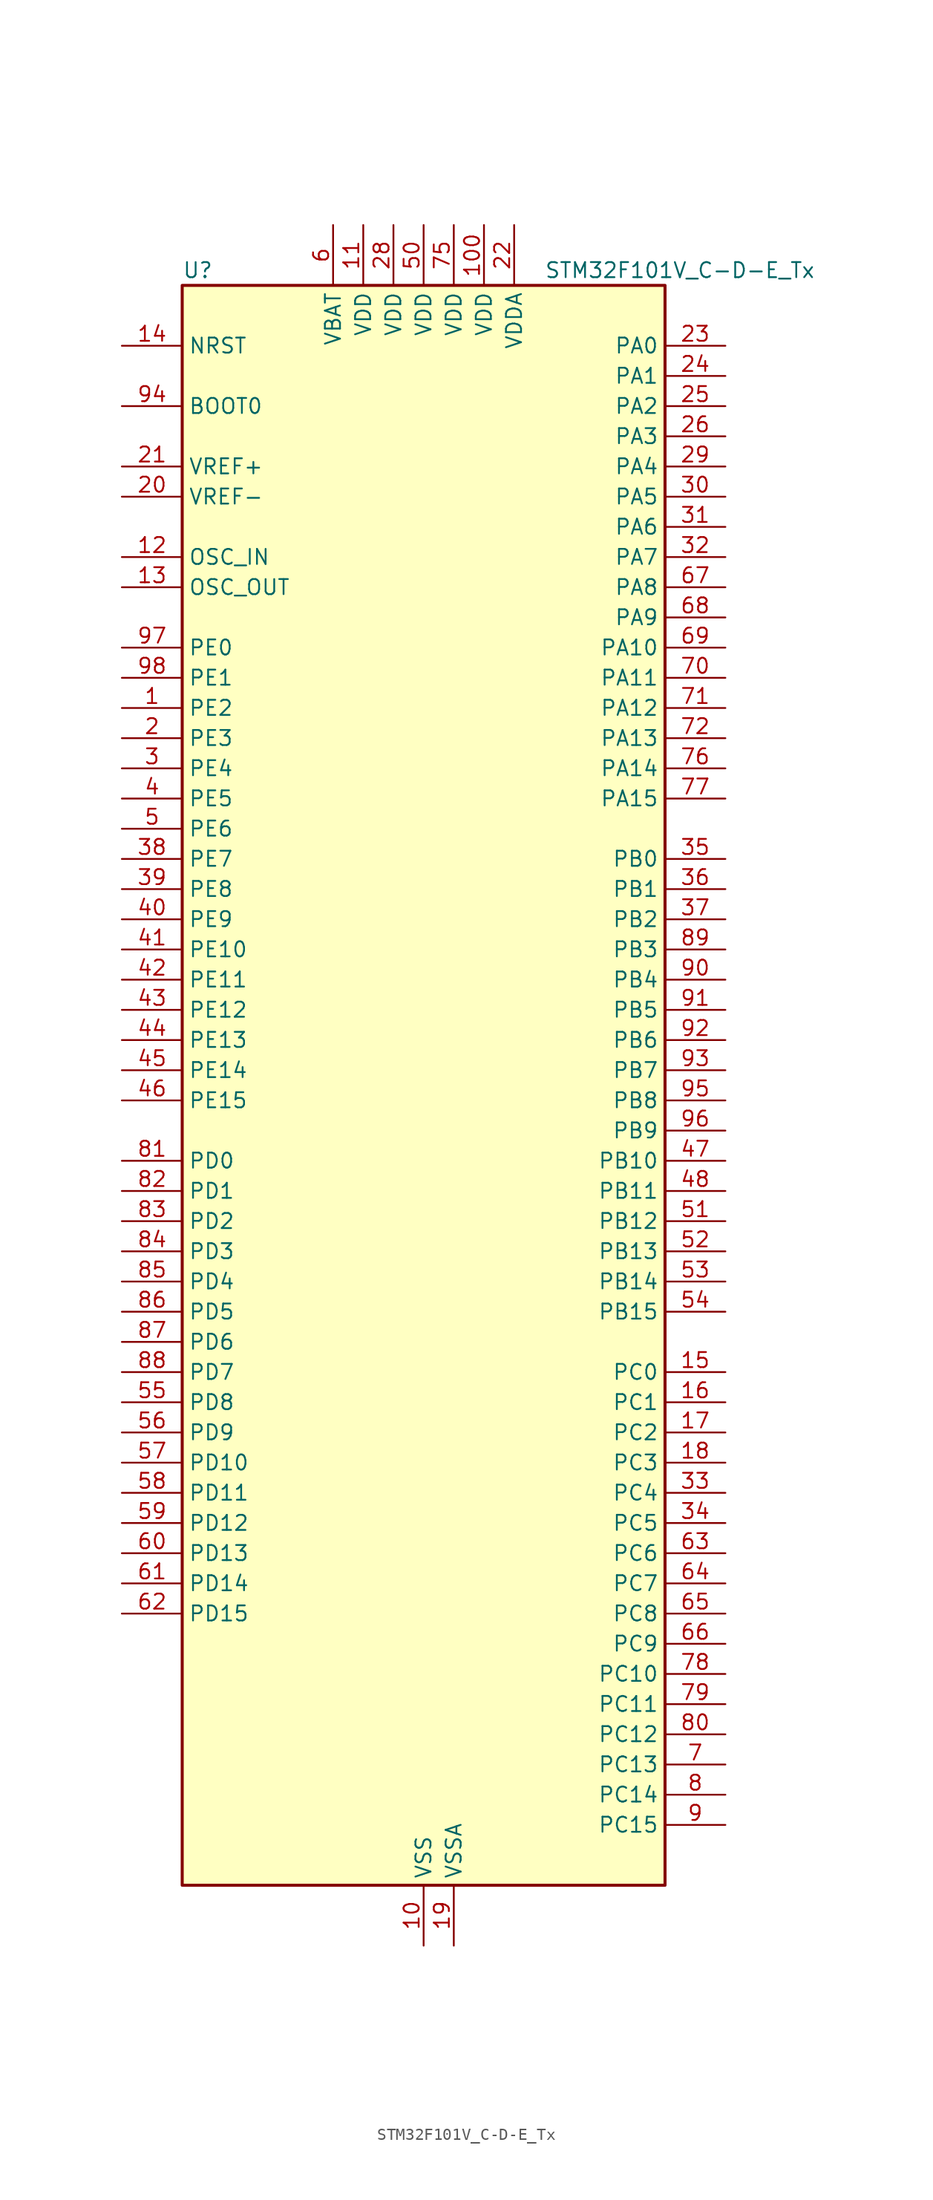
<source format=kicad_sym>
(kicad_symbol_lib
  (version 20241209)
  (generator "kicad_symbol_editor")
  (generator_version "9.0")
  (symbol "STM32F101V_C-D-E_Tx"
    (property "Reference" "U"
      (at -20.32 69.85 0)
      (effects (font (size 1.27 1.27)) (justify left)))
    (property "Value" "STM32F101V_C-D-E_Tx"
      (at 10.16 69.85 0)
      (effects (font (size 1.27 1.27)) (justify left)))
    (symbol "STM32F101V_C-D-E_Tx_0_1"
      (rectangle (start -20.32 -66.04) (end 20.32 68.58) (stroke (width 0.254) (type default)) (fill (type background))))
    (symbol "STM32F101V_C-D-E_Tx_1_1"
      (pin input line (at -25.4 63.5 0) (length 5.08) (name "NRST" (effects (font (size 1.27 1.27)))) (number "14" (effects (font (size 1.27 1.27)))))
      (pin input line (at -25.4 58.42 0) (length 5.08) (name "BOOT0" (effects (font (size 1.27 1.27)))) (number "94" (effects (font (size 1.27 1.27)))))
      (pin input line (at -25.4 53.34 0) (length 5.08) (name "VREF+" (effects (font (size 1.27 1.27)))) (number "21" (effects (font (size 1.27 1.27)))))
      (pin input line (at -25.4 50.8 0) (length 5.08) (name "VREF-" (effects (font (size 1.27 1.27)))) (number "20" (effects (font (size 1.27 1.27)))))
      (pin input line (at -25.4 45.72 0) (length 5.08) (name "OSC_IN" (effects (font (size 1.27 1.27)))) (number "12" (effects (font (size 1.27 1.27)))) (alternate "RCC_OSC_IN" bidirectional line))
      (pin input line (at -25.4 43.18 0) (length 5.08) (name "OSC_OUT" (effects (font (size 1.27 1.27)))) (number "13" (effects (font (size 1.27 1.27)))) (alternate "RCC_OSC_OUT" bidirectional line))
      (pin bidirectional line (at -25.4 38.1 0) (length 5.08) (name "PE0" (effects (font (size 1.27 1.27)))) (number "97" (effects (font (size 1.27 1.27)))) (alternate "FSMC_NBL0" bidirectional line) (alternate "TIM4_ETR" bidirectional line))
      (pin bidirectional line (at -25.4 35.56 0) (length 5.08) (name "PE1" (effects (font (size 1.27 1.27)))) (number "98" (effects (font (size 1.27 1.27)))) (alternate "FSMC_NBL1" bidirectional line))
      (pin bidirectional line (at -25.4 33.02 0) (length 5.08) (name "PE2" (effects (font (size 1.27 1.27)))) (number "1" (effects (font (size 1.27 1.27)))) (alternate "FSMC_A23" bidirectional line) (alternate "SYS_TRACECLK" bidirectional line))
      (pin bidirectional line (at -25.4 30.48 0) (length 5.08) (name "PE3" (effects (font (size 1.27 1.27)))) (number "2" (effects (font (size 1.27 1.27)))) (alternate "FSMC_A19" bidirectional line) (alternate "SYS_TRACED0" bidirectional line))
      (pin bidirectional line (at -25.4 27.94 0) (length 5.08) (name "PE4" (effects (font (size 1.27 1.27)))) (number "3" (effects (font (size 1.27 1.27)))) (alternate "FSMC_A20" bidirectional line) (alternate "SYS_TRACED1" bidirectional line))
      (pin bidirectional line (at -25.4 25.4 0) (length 5.08) (name "PE5" (effects (font (size 1.27 1.27)))) (number "4" (effects (font (size 1.27 1.27)))) (alternate "FSMC_A21" bidirectional line) (alternate "SYS_TRACED2" bidirectional line))
      (pin bidirectional line (at -25.4 22.86 0) (length 5.08) (name "PE6" (effects (font (size 1.27 1.27)))) (number "5" (effects (font (size 1.27 1.27)))) (alternate "FSMC_A22" bidirectional line) (alternate "SYS_TRACED3" bidirectional line))
      (pin bidirectional line (at -25.4 20.32 0) (length 5.08) (name "PE7" (effects (font (size 1.27 1.27)))) (number "38" (effects (font (size 1.27 1.27)))) (alternate "FSMC_D4" bidirectional line) (alternate "FSMC_DA4" bidirectional line))
      (pin bidirectional line (at -25.4 17.78 0) (length 5.08) (name "PE8" (effects (font (size 1.27 1.27)))) (number "39" (effects (font (size 1.27 1.27)))) (alternate "FSMC_D5" bidirectional line) (alternate "FSMC_DA5" bidirectional line))
      (pin bidirectional line (at -25.4 15.24 0) (length 5.08) (name "PE9" (effects (font (size 1.27 1.27)))) (number "40" (effects (font (size 1.27 1.27)))) (alternate "DAC_EXTI9" bidirectional line) (alternate "FSMC_D6" bidirectional line) (alternate "FSMC_DA6" bidirectional line))
      (pin bidirectional line (at -25.4 12.7 0) (length 5.08) (name "PE10" (effects (font (size 1.27 1.27)))) (number "41" (effects (font (size 1.27 1.27)))) (alternate "FSMC_D7" bidirectional line) (alternate "FSMC_DA7" bidirectional line))
      (pin bidirectional line (at -25.4 10.16 0) (length 5.08) (name "PE11" (effects (font (size 1.27 1.27)))) (number "42" (effects (font (size 1.27 1.27)))) (alternate "ADC1_EXTI11" bidirectional line) (alternate "FSMC_D8" bidirectional line) (alternate "FSMC_DA8" bidirectional line))
      (pin bidirectional line (at -25.4 7.62 0) (length 5.08) (name "PE12" (effects (font (size 1.27 1.27)))) (number "43" (effects (font (size 1.27 1.27)))) (alternate "FSMC_D9" bidirectional line) (alternate "FSMC_DA9" bidirectional line))
      (pin bidirectional line (at -25.4 5.08 0) (length 5.08) (name "PE13" (effects (font (size 1.27 1.27)))) (number "44" (effects (font (size 1.27 1.27)))) (alternate "FSMC_D10" bidirectional line) (alternate "FSMC_DA10" bidirectional line))
      (pin bidirectional line (at -25.4 2.54 0) (length 5.08) (name "PE14" (effects (font (size 1.27 1.27)))) (number "45" (effects (font (size 1.27 1.27)))) (alternate "FSMC_D11" bidirectional line) (alternate "FSMC_DA11" bidirectional line))
      (pin bidirectional line (at -25.4 0 0) (length 5.08) (name "PE15" (effects (font (size 1.27 1.27)))) (number "46" (effects (font (size 1.27 1.27)))) (alternate "ADC1_EXTI15" bidirectional line) (alternate "FSMC_D12" bidirectional line) (alternate "FSMC_DA12" bidirectional line))
      (pin bidirectional line (at -25.4 -5.08 0) (length 5.08) (name "PD0" (effects (font (size 1.27 1.27)))) (number "81" (effects (font (size 1.27 1.27)))) (alternate "FSMC_D2" bidirectional line) (alternate "FSMC_DA2" bidirectional line))
      (pin bidirectional line (at -25.4 -7.62 0) (length 5.08) (name "PD1" (effects (font (size 1.27 1.27)))) (number "82" (effects (font (size 1.27 1.27)))) (alternate "FSMC_D3" bidirectional line) (alternate "FSMC_DA3" bidirectional line))
      (pin bidirectional line (at -25.4 -10.16 0) (length 5.08) (name "PD2" (effects (font (size 1.27 1.27)))) (number "83" (effects (font (size 1.27 1.27)))) (alternate "TIM3_ETR" bidirectional line) (alternate "UART5_RX" bidirectional line))
      (pin bidirectional line (at -25.4 -12.7 0) (length 5.08) (name "PD3" (effects (font (size 1.27 1.27)))) (number "84" (effects (font (size 1.27 1.27)))) (alternate "FSMC_CLK" bidirectional line) (alternate "USART2_CTS" bidirectional line))
      (pin bidirectional line (at -25.4 -15.24 0) (length 5.08) (name "PD4" (effects (font (size 1.27 1.27)))) (number "85" (effects (font (size 1.27 1.27)))) (alternate "FSMC_NOE" bidirectional line) (alternate "USART2_RTS" bidirectional line))
      (pin bidirectional line (at -25.4 -17.78 0) (length 5.08) (name "PD5" (effects (font (size 1.27 1.27)))) (number "86" (effects (font (size 1.27 1.27)))) (alternate "FSMC_NWE" bidirectional line) (alternate "USART2_TX" bidirectional line))
      (pin bidirectional line (at -25.4 -20.32 0) (length 5.08) (name "PD6" (effects (font (size 1.27 1.27)))) (number "87" (effects (font (size 1.27 1.27)))) (alternate "FSMC_NWAIT" bidirectional line) (alternate "USART2_RX" bidirectional line))
      (pin bidirectional line (at -25.4 -22.86 0) (length 5.08) (name "PD7" (effects (font (size 1.27 1.27)))) (number "88" (effects (font (size 1.27 1.27)))) (alternate "FSMC_NCE2" bidirectional line) (alternate "FSMC_NE1" bidirectional line) (alternate "USART2_CK" bidirectional line))
      (pin bidirectional line (at -25.4 -25.4 0) (length 5.08) (name "PD8" (effects (font (size 1.27 1.27)))) (number "55" (effects (font (size 1.27 1.27)))) (alternate "FSMC_D13" bidirectional line) (alternate "FSMC_DA13" bidirectional line) (alternate "USART3_TX" bidirectional line))
      (pin bidirectional line (at -25.4 -27.94 0) (length 5.08) (name "PD9" (effects (font (size 1.27 1.27)))) (number "56" (effects (font (size 1.27 1.27)))) (alternate "DAC_EXTI9" bidirectional line) (alternate "FSMC_D14" bidirectional line) (alternate "FSMC_DA14" bidirectional line) (alternate "USART3_RX" bidirectional line))
      (pin bidirectional line (at -25.4 -30.48 0) (length 5.08) (name "PD10" (effects (font (size 1.27 1.27)))) (number "57" (effects (font (size 1.27 1.27)))) (alternate "FSMC_D15" bidirectional line) (alternate "FSMC_DA15" bidirectional line) (alternate "USART3_CK" bidirectional line))
      (pin bidirectional line (at -25.4 -33.02 0) (length 5.08) (name "PD11" (effects (font (size 1.27 1.27)))) (number "58" (effects (font (size 1.27 1.27)))) (alternate "ADC1_EXTI11" bidirectional line) (alternate "FSMC_A16" bidirectional line) (alternate "FSMC_CLE" bidirectional line) (alternate "USART3_CTS" bidirectional line))
      (pin bidirectional line (at -25.4 -35.56 0) (length 5.08) (name "PD12" (effects (font (size 1.27 1.27)))) (number "59" (effects (font (size 1.27 1.27)))) (alternate "FSMC_A17" bidirectional line) (alternate "FSMC_ALE" bidirectional line) (alternate "TIM4_CH1" bidirectional line) (alternate "USART3_RTS" bidirectional line))
      (pin bidirectional line (at -25.4 -38.1 0) (length 5.08) (name "PD13" (effects (font (size 1.27 1.27)))) (number "60" (effects (font (size 1.27 1.27)))) (alternate "FSMC_A18" bidirectional line) (alternate "TIM4_CH2" bidirectional line))
      (pin bidirectional line (at -25.4 -40.64 0) (length 5.08) (name "PD14" (effects (font (size 1.27 1.27)))) (number "61" (effects (font (size 1.27 1.27)))) (alternate "FSMC_D0" bidirectional line) (alternate "FSMC_DA0" bidirectional line) (alternate "TIM4_CH3" bidirectional line))
      (pin bidirectional line (at -25.4 -43.18 0) (length 5.08) (name "PD15" (effects (font (size 1.27 1.27)))) (number "62" (effects (font (size 1.27 1.27)))) (alternate "ADC1_EXTI15" bidirectional line) (alternate "FSMC_D1" bidirectional line) (alternate "FSMC_DA1" bidirectional line) (alternate "TIM4_CH4" bidirectional line))
      (pin no_connect line (at -20.32 -66.04 0) (length 5.08) (hide yes) (name "NC" (effects (font (size 1.27 1.27)))) (number "73" (effects (font (size 1.27 1.27)))))
      (pin power_in line (at -7.62 73.66 270) (length 5.08) (name "VBAT" (effects (font (size 1.27 1.27)))) (number "6" (effects (font (size 1.27 1.27)))))
      (pin power_in line (at -5.08 73.66 270) (length 5.08) (name "VDD" (effects (font (size 1.27 1.27)))) (number "11" (effects (font (size 1.27 1.27)))))
      (pin power_in line (at -2.54 73.66 270) (length 5.08) (name "VDD" (effects (font (size 1.27 1.27)))) (number "28" (effects (font (size 1.27 1.27)))))
      (pin power_in line (at 0 73.66 270) (length 5.08) (name "VDD" (effects (font (size 1.27 1.27)))) (number "50" (effects (font (size 1.27 1.27)))))
      (pin power_in line (at 0 -71.12 90) (length 5.08) (name "VSS" (effects (font (size 1.27 1.27)))) (number "10" (effects (font (size 1.27 1.27)))))
      (pin passive line (at 0 -71.12 90) (length 5.08) (hide yes) (name "VSS" (effects (font (size 1.27 1.27)))) (number "27" (effects (font (size 1.27 1.27)))))
      (pin passive line (at 0 -71.12 90) (length 5.08) (hide yes) (name "VSS" (effects (font (size 1.27 1.27)))) (number "49" (effects (font (size 1.27 1.27)))))
      (pin passive line (at 0 -71.12 90) (length 5.08) (hide yes) (name "VSS" (effects (font (size 1.27 1.27)))) (number "74" (effects (font (size 1.27 1.27)))))
      (pin passive line (at 0 -71.12 90) (length 5.08) (hide yes) (name "VSS" (effects (font (size 1.27 1.27)))) (number "99" (effects (font (size 1.27 1.27)))))
      (pin power_in line (at 2.54 73.66 270) (length 5.08) (name "VDD" (effects (font (size 1.27 1.27)))) (number "75" (effects (font (size 1.27 1.27)))))
      (pin power_in line (at 2.54 -71.12 90) (length 5.08) (name "VSSA" (effects (font (size 1.27 1.27)))) (number "19" (effects (font (size 1.27 1.27)))))
      (pin power_in line (at 5.08 73.66 270) (length 5.08) (name "VDD" (effects (font (size 1.27 1.27)))) (number "100" (effects (font (size 1.27 1.27)))))
      (pin power_in line (at 7.62 73.66 270) (length 5.08) (name "VDDA" (effects (font (size 1.27 1.27)))) (number "22" (effects (font (size 1.27 1.27)))))
      (pin bidirectional line (at 25.4 63.5 180) (length 5.08) (name "PA0" (effects (font (size 1.27 1.27)))) (number "23" (effects (font (size 1.27 1.27)))) (alternate "ADC1_IN0" bidirectional line) (alternate "SYS_WKUP" bidirectional line) (alternate "TIM2_CH1" bidirectional line) (alternate "TIM2_ETR" bidirectional line) (alternate "TIM5_CH1" bidirectional line) (alternate "USART2_CTS" bidirectional line))
      (pin bidirectional line (at 25.4 60.96 180) (length 5.08) (name "PA1" (effects (font (size 1.27 1.27)))) (number "24" (effects (font (size 1.27 1.27)))) (alternate "ADC1_IN1" bidirectional line) (alternate "TIM2_CH2" bidirectional line) (alternate "TIM5_CH2" bidirectional line) (alternate "USART2_RTS" bidirectional line))
      (pin bidirectional line (at 25.4 58.42 180) (length 5.08) (name "PA2" (effects (font (size 1.27 1.27)))) (number "25" (effects (font (size 1.27 1.27)))) (alternate "ADC1_IN2" bidirectional line) (alternate "TIM2_CH3" bidirectional line) (alternate "TIM5_CH3" bidirectional line) (alternate "USART2_TX" bidirectional line))
      (pin bidirectional line (at 25.4 55.88 180) (length 5.08) (name "PA3" (effects (font (size 1.27 1.27)))) (number "26" (effects (font (size 1.27 1.27)))) (alternate "ADC1_IN3" bidirectional line) (alternate "TIM2_CH4" bidirectional line) (alternate "TIM5_CH4" bidirectional line) (alternate "USART2_RX" bidirectional line))
      (pin bidirectional line (at 25.4 53.34 180) (length 5.08) (name "PA4" (effects (font (size 1.27 1.27)))) (number "29" (effects (font (size 1.27 1.27)))) (alternate "ADC1_IN4" bidirectional line) (alternate "DAC_OUT1" bidirectional line) (alternate "SPI1_NSS" bidirectional line) (alternate "USART2_CK" bidirectional line))
      (pin bidirectional line (at 25.4 50.8 180) (length 5.08) (name "PA5" (effects (font (size 1.27 1.27)))) (number "30" (effects (font (size 1.27 1.27)))) (alternate "ADC1_IN5" bidirectional line) (alternate "DAC_OUT2" bidirectional line) (alternate "SPI1_SCK" bidirectional line))
      (pin bidirectional line (at 25.4 48.26 180) (length 5.08) (name "PA6" (effects (font (size 1.27 1.27)))) (number "31" (effects (font (size 1.27 1.27)))) (alternate "ADC1_IN6" bidirectional line) (alternate "SPI1_MISO" bidirectional line) (alternate "TIM3_CH1" bidirectional line))
      (pin bidirectional line (at 25.4 45.72 180) (length 5.08) (name "PA7" (effects (font (size 1.27 1.27)))) (number "32" (effects (font (size 1.27 1.27)))) (alternate "ADC1_IN7" bidirectional line) (alternate "SPI1_MOSI" bidirectional line) (alternate "TIM3_CH2" bidirectional line))
      (pin bidirectional line (at 25.4 43.18 180) (length 5.08) (name "PA8" (effects (font (size 1.27 1.27)))) (number "67" (effects (font (size 1.27 1.27)))) (alternate "RCC_MCO" bidirectional line) (alternate "USART1_CK" bidirectional line))
      (pin bidirectional line (at 25.4 40.64 180) (length 5.08) (name "PA9" (effects (font (size 1.27 1.27)))) (number "68" (effects (font (size 1.27 1.27)))) (alternate "DAC_EXTI9" bidirectional line) (alternate "USART1_TX" bidirectional line))
      (pin bidirectional line (at 25.4 38.1 180) (length 5.08) (name "PA10" (effects (font (size 1.27 1.27)))) (number "69" (effects (font (size 1.27 1.27)))) (alternate "USART1_RX" bidirectional line))
      (pin bidirectional line (at 25.4 35.56 180) (length 5.08) (name "PA11" (effects (font (size 1.27 1.27)))) (number "70" (effects (font (size 1.27 1.27)))) (alternate "ADC1_EXTI11" bidirectional line) (alternate "USART1_CTS" bidirectional line))
      (pin bidirectional line (at 25.4 33.02 180) (length 5.08) (name "PA12" (effects (font (size 1.27 1.27)))) (number "71" (effects (font (size 1.27 1.27)))) (alternate "USART1_RTS" bidirectional line))
      (pin bidirectional line (at 25.4 30.48 180) (length 5.08) (name "PA13" (effects (font (size 1.27 1.27)))) (number "72" (effects (font (size 1.27 1.27)))) (alternate "SYS_JTMS-SWDIO" bidirectional line))
      (pin bidirectional line (at 25.4 27.94 180) (length 5.08) (name "PA14" (effects (font (size 1.27 1.27)))) (number "76" (effects (font (size 1.27 1.27)))) (alternate "SYS_JTCK-SWCLK" bidirectional line))
      (pin bidirectional line (at 25.4 25.4 180) (length 5.08) (name "PA15" (effects (font (size 1.27 1.27)))) (number "77" (effects (font (size 1.27 1.27)))) (alternate "ADC1_EXTI15" bidirectional line) (alternate "SPI1_NSS" bidirectional line) (alternate "SPI3_NSS" bidirectional line) (alternate "SYS_JTDI" bidirectional line) (alternate "TIM2_CH1" bidirectional line) (alternate "TIM2_ETR" bidirectional line))
      (pin bidirectional line (at 25.4 20.32 180) (length 5.08) (name "PB0" (effects (font (size 1.27 1.27)))) (number "35" (effects (font (size 1.27 1.27)))) (alternate "ADC1_IN8" bidirectional line) (alternate "TIM3_CH3" bidirectional line))
      (pin bidirectional line (at 25.4 17.78 180) (length 5.08) (name "PB1" (effects (font (size 1.27 1.27)))) (number "36" (effects (font (size 1.27 1.27)))) (alternate "ADC1_IN9" bidirectional line) (alternate "TIM3_CH4" bidirectional line))
      (pin bidirectional line (at 25.4 15.24 180) (length 5.08) (name "PB2" (effects (font (size 1.27 1.27)))) (number "37" (effects (font (size 1.27 1.27)))))
      (pin bidirectional line (at 25.4 12.7 180) (length 5.08) (name "PB3" (effects (font (size 1.27 1.27)))) (number "89" (effects (font (size 1.27 1.27)))) (alternate "SPI1_SCK" bidirectional line) (alternate "SPI3_SCK" bidirectional line) (alternate "SYS_JTDO-TRACESWO" bidirectional line) (alternate "TIM2_CH2" bidirectional line))
      (pin bidirectional line (at 25.4 10.16 180) (length 5.08) (name "PB4" (effects (font (size 1.27 1.27)))) (number "90" (effects (font (size 1.27 1.27)))) (alternate "SPI1_MISO" bidirectional line) (alternate "SPI3_MISO" bidirectional line) (alternate "SYS_NJTRST" bidirectional line) (alternate "TIM3_CH1" bidirectional line))
      (pin bidirectional line (at 25.4 7.62 180) (length 5.08) (name "PB5" (effects (font (size 1.27 1.27)))) (number "91" (effects (font (size 1.27 1.27)))) (alternate "I2C1_SMBA" bidirectional line) (alternate "SPI1_MOSI" bidirectional line) (alternate "SPI3_MOSI" bidirectional line) (alternate "TIM3_CH2" bidirectional line))
      (pin bidirectional line (at 25.4 5.08 180) (length 5.08) (name "PB6" (effects (font (size 1.27 1.27)))) (number "92" (effects (font (size 1.27 1.27)))) (alternate "I2C1_SCL" bidirectional line) (alternate "TIM4_CH1" bidirectional line) (alternate "USART1_TX" bidirectional line))
      (pin bidirectional line (at 25.4 2.54 180) (length 5.08) (name "PB7" (effects (font (size 1.27 1.27)))) (number "93" (effects (font (size 1.27 1.27)))) (alternate "FSMC_NL" bidirectional line) (alternate "I2C1_SDA" bidirectional line) (alternate "TIM4_CH2" bidirectional line) (alternate "USART1_RX" bidirectional line))
      (pin bidirectional line (at 25.4 0 180) (length 5.08) (name "PB8" (effects (font (size 1.27 1.27)))) (number "95" (effects (font (size 1.27 1.27)))) (alternate "I2C1_SCL" bidirectional line) (alternate "TIM4_CH3" bidirectional line))
      (pin bidirectional line (at 25.4 -2.54 180) (length 5.08) (name "PB9" (effects (font (size 1.27 1.27)))) (number "96" (effects (font (size 1.27 1.27)))) (alternate "DAC_EXTI9" bidirectional line) (alternate "I2C1_SDA" bidirectional line) (alternate "TIM4_CH4" bidirectional line))
      (pin bidirectional line (at 25.4 -5.08 180) (length 5.08) (name "PB10" (effects (font (size 1.27 1.27)))) (number "47" (effects (font (size 1.27 1.27)))) (alternate "I2C2_SCL" bidirectional line) (alternate "TIM2_CH3" bidirectional line) (alternate "USART3_TX" bidirectional line))
      (pin bidirectional line (at 25.4 -7.62 180) (length 5.08) (name "PB11" (effects (font (size 1.27 1.27)))) (number "48" (effects (font (size 1.27 1.27)))) (alternate "ADC1_EXTI11" bidirectional line) (alternate "I2C2_SDA" bidirectional line) (alternate "TIM2_CH4" bidirectional line) (alternate "USART3_RX" bidirectional line))
      (pin bidirectional line (at 25.4 -10.16 180) (length 5.08) (name "PB12" (effects (font (size 1.27 1.27)))) (number "51" (effects (font (size 1.27 1.27)))) (alternate "I2C2_SMBA" bidirectional line) (alternate "SPI2_NSS" bidirectional line) (alternate "USART3_CK" bidirectional line))
      (pin bidirectional line (at 25.4 -12.7 180) (length 5.08) (name "PB13" (effects (font (size 1.27 1.27)))) (number "52" (effects (font (size 1.27 1.27)))) (alternate "SPI2_SCK" bidirectional line) (alternate "USART3_CTS" bidirectional line))
      (pin bidirectional line (at 25.4 -15.24 180) (length 5.08) (name "PB14" (effects (font (size 1.27 1.27)))) (number "53" (effects (font (size 1.27 1.27)))) (alternate "SPI2_MISO" bidirectional line) (alternate "USART3_RTS" bidirectional line))
      (pin bidirectional line (at 25.4 -17.78 180) (length 5.08) (name "PB15" (effects (font (size 1.27 1.27)))) (number "54" (effects (font (size 1.27 1.27)))) (alternate "ADC1_EXTI15" bidirectional line) (alternate "SPI2_MOSI" bidirectional line))
      (pin bidirectional line (at 25.4 -22.86 180) (length 5.08) (name "PC0" (effects (font (size 1.27 1.27)))) (number "15" (effects (font (size 1.27 1.27)))) (alternate "ADC1_IN10" bidirectional line))
      (pin bidirectional line (at 25.4 -25.4 180) (length 5.08) (name "PC1" (effects (font (size 1.27 1.27)))) (number "16" (effects (font (size 1.27 1.27)))) (alternate "ADC1_IN11" bidirectional line))
      (pin bidirectional line (at 25.4 -27.94 180) (length 5.08) (name "PC2" (effects (font (size 1.27 1.27)))) (number "17" (effects (font (size 1.27 1.27)))) (alternate "ADC1_IN12" bidirectional line))
      (pin bidirectional line (at 25.4 -30.48 180) (length 5.08) (name "PC3" (effects (font (size 1.27 1.27)))) (number "18" (effects (font (size 1.27 1.27)))) (alternate "ADC1_IN13" bidirectional line))
      (pin bidirectional line (at 25.4 -33.02 180) (length 5.08) (name "PC4" (effects (font (size 1.27 1.27)))) (number "33" (effects (font (size 1.27 1.27)))) (alternate "ADC1_IN14" bidirectional line))
      (pin bidirectional line (at 25.4 -35.56 180) (length 5.08) (name "PC5" (effects (font (size 1.27 1.27)))) (number "34" (effects (font (size 1.27 1.27)))) (alternate "ADC1_IN15" bidirectional line))
      (pin bidirectional line (at 25.4 -38.1 180) (length 5.08) (name "PC6" (effects (font (size 1.27 1.27)))) (number "63" (effects (font (size 1.27 1.27)))) (alternate "TIM3_CH1" bidirectional line))
      (pin bidirectional line (at 25.4 -40.64 180) (length 5.08) (name "PC7" (effects (font (size 1.27 1.27)))) (number "64" (effects (font (size 1.27 1.27)))) (alternate "TIM3_CH2" bidirectional line))
      (pin bidirectional line (at 25.4 -43.18 180) (length 5.08) (name "PC8" (effects (font (size 1.27 1.27)))) (number "65" (effects (font (size 1.27 1.27)))) (alternate "TIM3_CH3" bidirectional line))
      (pin bidirectional line (at 25.4 -45.72 180) (length 5.08) (name "PC9" (effects (font (size 1.27 1.27)))) (number "66" (effects (font (size 1.27 1.27)))) (alternate "DAC_EXTI9" bidirectional line) (alternate "TIM3_CH4" bidirectional line))
      (pin bidirectional line (at 25.4 -48.26 180) (length 5.08) (name "PC10" (effects (font (size 1.27 1.27)))) (number "78" (effects (font (size 1.27 1.27)))) (alternate "UART4_TX" bidirectional line) (alternate "USART3_TX" bidirectional line))
      (pin bidirectional line (at 25.4 -50.8 180) (length 5.08) (name "PC11" (effects (font (size 1.27 1.27)))) (number "79" (effects (font (size 1.27 1.27)))) (alternate "ADC1_EXTI11" bidirectional line) (alternate "UART4_RX" bidirectional line) (alternate "USART3_RX" bidirectional line))
      (pin bidirectional line (at 25.4 -53.34 180) (length 5.08) (name "PC12" (effects (font (size 1.27 1.27)))) (number "80" (effects (font (size 1.27 1.27)))) (alternate "UART5_TX" bidirectional line) (alternate "USART3_CK" bidirectional line))
      (pin bidirectional line (at 25.4 -55.88 180) (length 5.08) (name "PC13" (effects (font (size 1.27 1.27)))) (number "7" (effects (font (size 1.27 1.27)))) (alternate "RTC_OUT" bidirectional line) (alternate "RTC_TAMPER" bidirectional line))
      (pin bidirectional line (at 25.4 -58.42 180) (length 5.08) (name "PC14" (effects (font (size 1.27 1.27)))) (number "8" (effects (font (size 1.27 1.27)))) (alternate "RCC_OSC32_IN" bidirectional line))
      (pin bidirectional line (at 25.4 -60.96 180) (length 5.08) (name "PC15" (effects (font (size 1.27 1.27)))) (number "9" (effects (font (size 1.27 1.27)))) (alternate "ADC1_EXTI15" bidirectional line) (alternate "RCC_OSC32_OUT" bidirectional line)))))
</source>
